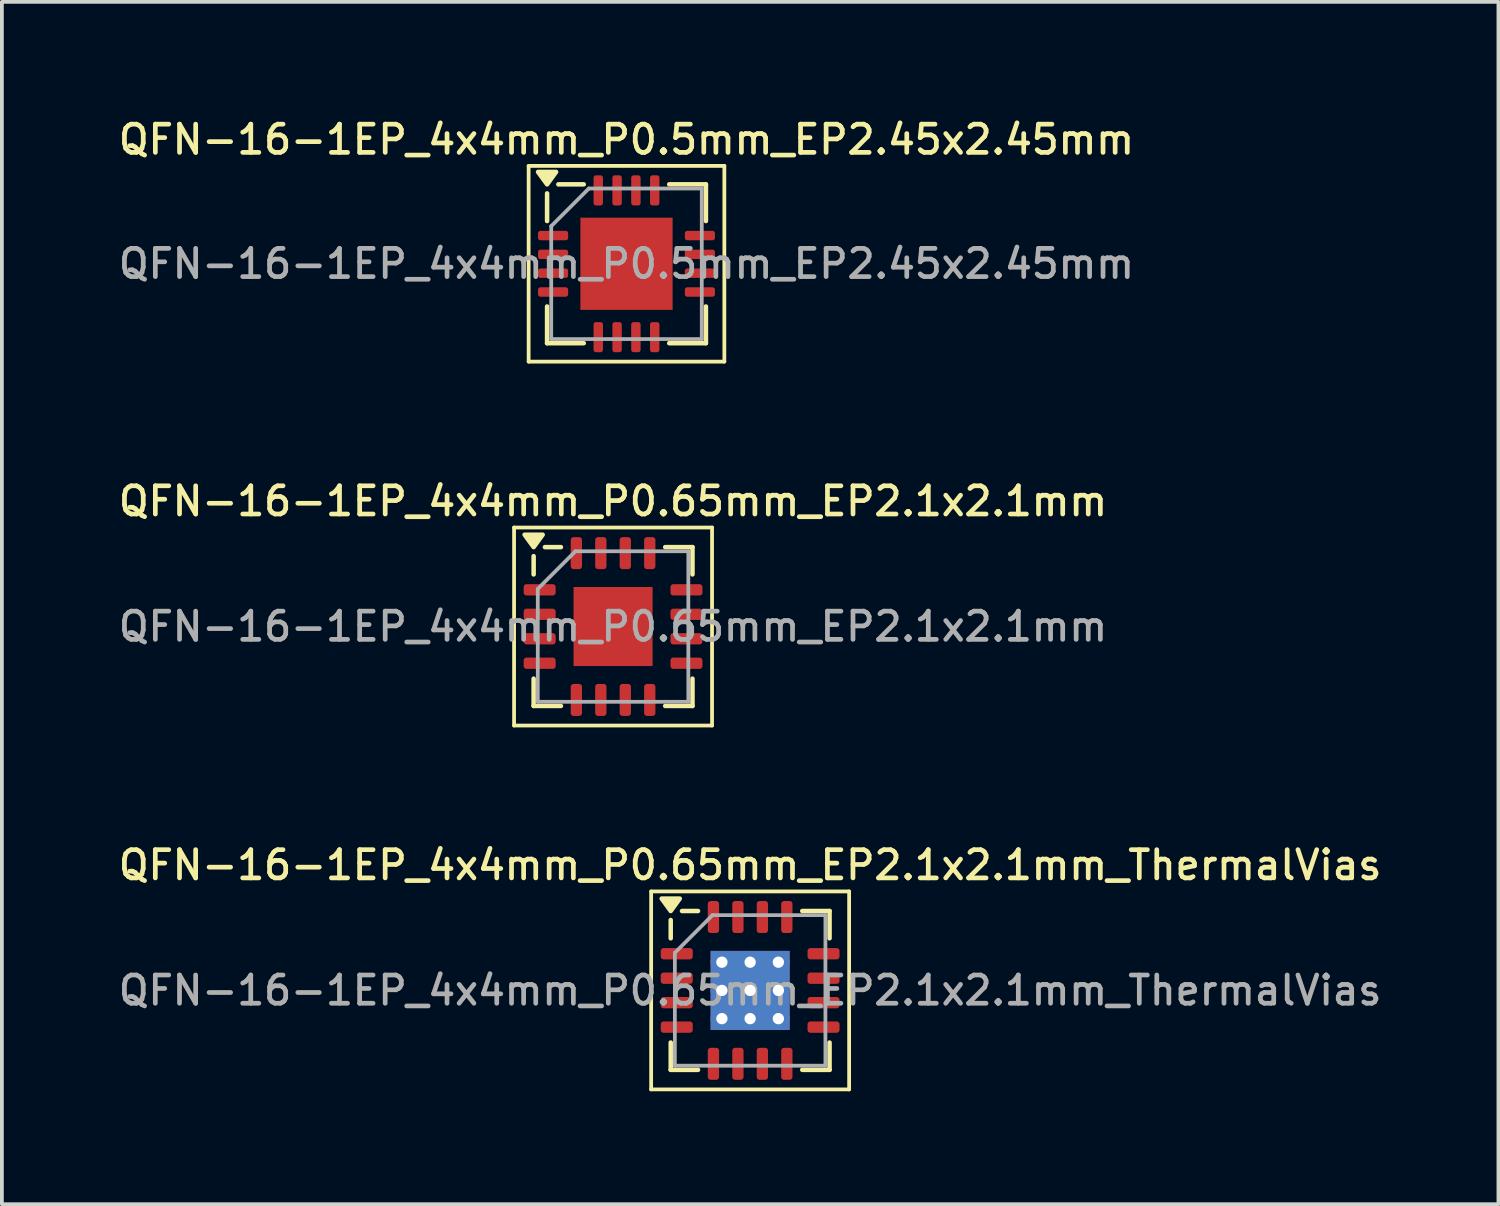
<source format=kicad_pcb>
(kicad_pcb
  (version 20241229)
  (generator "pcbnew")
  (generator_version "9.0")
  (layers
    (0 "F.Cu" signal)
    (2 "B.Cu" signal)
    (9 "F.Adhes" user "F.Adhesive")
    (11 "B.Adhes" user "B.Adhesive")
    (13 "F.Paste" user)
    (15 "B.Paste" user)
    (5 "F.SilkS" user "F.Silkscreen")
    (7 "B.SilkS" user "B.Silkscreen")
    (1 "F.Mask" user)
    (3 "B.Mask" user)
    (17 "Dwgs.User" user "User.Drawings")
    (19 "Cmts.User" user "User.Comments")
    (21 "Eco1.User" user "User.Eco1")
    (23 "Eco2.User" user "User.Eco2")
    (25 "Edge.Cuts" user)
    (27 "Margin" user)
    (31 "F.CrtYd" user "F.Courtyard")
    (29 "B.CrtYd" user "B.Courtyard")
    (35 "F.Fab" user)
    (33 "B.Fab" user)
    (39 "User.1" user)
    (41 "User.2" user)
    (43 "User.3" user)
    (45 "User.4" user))
  (footprint "QFN-16-1EP_4x4mm_P0.5mm_EP2.45x2.45mm"
    (layer "F.Cu")
    (at 13.595 3.958)
    (property "Reference" "QFN-16-1EP_4x4mm_P0.5mm_EP2.45x2.45mm" (at 0 -3.3 0) (layer "F.SilkS") (effects (font (size 0.75 0.75) (thickness 0.125))))
    (attr smd)
    (fp_line (start -2.6 -2.6) (end -2.6 2.6) (stroke (width 0.1) (type solid)) (layer "F.SilkS"))
    (fp_line (start -2.6 2.6) (end 2.6 2.6) (stroke (width 0.1) (type solid)) (layer "F.SilkS"))
    (fp_line (start -2.11 -1.135) (end -2.11 -1.87) (stroke (width 0.12) (type solid)) (layer "F.SilkS"))
    (fp_line (start -2.11 2.11) (end -2.11 1.135) (stroke (width 0.12) (type solid)) (layer "F.SilkS"))
    (fp_line (start -1.135 -2.11) (end -1.81 -2.11) (stroke (width 0.12) (type solid)) (layer "F.SilkS"))
    (fp_line (start -1.135 2.11) (end -2.11 2.11) (stroke (width 0.12) (type solid)) (layer "F.SilkS"))
    (fp_line (start 1.135 -2.11) (end 2.11 -2.11) (stroke (width 0.12) (type solid)) (layer "F.SilkS"))
    (fp_line (start 1.135 2.11) (end 2.11 2.11) (stroke (width 0.12) (type solid)) (layer "F.SilkS"))
    (fp_line (start 2.11 -2.11) (end 2.11 -1.135) (stroke (width 0.12) (type solid)) (layer "F.SilkS"))
    (fp_line (start 2.11 2.11) (end 2.11 1.135) (stroke (width 0.12) (type solid)) (layer "F.SilkS"))
    (fp_line (start 2.6 -2.6) (end -2.6 -2.6) (stroke (width 0.1) (type solid)) (layer "F.SilkS"))
    (fp_line (start 2.6 2.6) (end 2.6 -2.6) (stroke (width 0.1) (type solid)) (layer "F.SilkS"))
    (fp_poly (pts (xy -2.11 -2.11) (xy -2.35 -2.44) (xy -1.87 -2.44) (xy -2.11 -2.11)) (stroke (width 0.12) (type solid)) (fill yes) (layer "F.SilkS"))
    (fp_line (start -2 -1) (end -1 -2) (stroke (width 0.1) (type solid)) (layer "F.Fab"))
    (fp_line (start -2 2) (end -2 -1) (stroke (width 0.1) (type solid)) (layer "F.Fab"))
    (fp_line (start -1 -2) (end 2 -2) (stroke (width 0.1) (type solid)) (layer "F.Fab"))
    (fp_line (start 2 -2) (end 2 2) (stroke (width 0.1) (type solid)) (layer "F.Fab"))
    (fp_line (start 2 2) (end -2 2) (stroke (width 0.1) (type solid)) (layer "F.Fab"))
    (fp_text user "${REFERENCE}" (at 0 0 0) (layer "F.Fab") (effects (font (size 0.75 0.75) (thickness 0.125))))
    (pad "" smd roundrect (at -0.61 -0.61) (size 0.99 0.99) (layers "F.Paste") (roundrect_rratio 0.25))
    (pad "" smd roundrect (at -0.61 0.61) (size 0.99 0.99) (layers "F.Paste") (roundrect_rratio 0.25))
    (pad "" smd roundrect (at 0.61 -0.61) (size 0.99 0.99) (layers "F.Paste") (roundrect_rratio 0.25))
    (pad "" smd roundrect (at 0.61 0.61) (size 0.99 0.99) (layers "F.Paste") (roundrect_rratio 0.25))
    (pad "1" smd roundrect (at -1.95 -0.75) (size 0.8 0.25) (layers "F.Cu" "F.Mask" "F.Paste") (roundrect_rratio 0.25))
    (pad "2" smd roundrect (at -1.95 -0.25) (size 0.8 0.25) (layers "F.Cu" "F.Mask" "F.Paste") (roundrect_rratio 0.25))
    (pad "3" smd roundrect (at -1.95 0.25) (size 0.8 0.25) (layers "F.Cu" "F.Mask" "F.Paste") (roundrect_rratio 0.25))
    (pad "4" smd roundrect (at -1.95 0.75) (size 0.8 0.25) (layers "F.Cu" "F.Mask" "F.Paste") (roundrect_rratio 0.25))
    (pad "5" smd roundrect (at -0.75 1.95) (size 0.25 0.8) (layers "F.Cu" "F.Mask" "F.Paste") (roundrect_rratio 0.25))
    (pad "6" smd roundrect (at -0.25 1.95) (size 0.25 0.8) (layers "F.Cu" "F.Mask" "F.Paste") (roundrect_rratio 0.25))
    (pad "7" smd roundrect (at 0.25 1.95) (size 0.25 0.8) (layers "F.Cu" "F.Mask" "F.Paste") (roundrect_rratio 0.25))
    (pad "8" smd roundrect (at 0.75 1.95) (size 0.25 0.8) (layers "F.Cu" "F.Mask" "F.Paste") (roundrect_rratio 0.25))
    (pad "9" smd roundrect (at 1.95 0.75) (size 0.8 0.25) (layers "F.Cu" "F.Mask" "F.Paste") (roundrect_rratio 0.25))
    (pad "10" smd roundrect (at 1.95 0.25) (size 0.8 0.25) (layers "F.Cu" "F.Mask" "F.Paste") (roundrect_rratio 0.25))
    (pad "11" smd roundrect (at 1.95 -0.25) (size 0.8 0.25) (layers "F.Cu" "F.Mask" "F.Paste") (roundrect_rratio 0.25))
    (pad "12" smd roundrect (at 1.95 -0.75) (size 0.8 0.25) (layers "F.Cu" "F.Mask" "F.Paste") (roundrect_rratio 0.25))
    (pad "13" smd roundrect (at 0.75 -1.95) (size 0.25 0.8) (layers "F.Cu" "F.Mask" "F.Paste") (roundrect_rratio 0.25))
    (pad "14" smd roundrect (at 0.25 -1.95) (size 0.25 0.8) (layers "F.Cu" "F.Mask" "F.Paste") (roundrect_rratio 0.25))
    (pad "15" smd roundrect (at -0.25 -1.95) (size 0.25 0.8) (layers "F.Cu" "F.Mask" "F.Paste") (roundrect_rratio 0.25))
    (pad "16" smd roundrect (at -0.75 -1.95) (size 0.25 0.8) (layers "F.Cu" "F.Mask" "F.Paste") (roundrect_rratio 0.25))
    (pad "17" smd rect (at 0 0) (size 2.45 2.45) (property pad_prop_heatsink) (layers "F.Cu" "F.Mask")))
  (footprint "QFN-16-1EP_4x4mm_P0.65mm_EP2.1x2.1mm"
    (layer "F.Cu")
    (at 13.238 13.596)
    (property "Reference" "QFN-16-1EP_4x4mm_P0.65mm_EP2.1x2.1mm" (at 0 -3.33 0) (layer "F.SilkS") (effects (font (size 0.75 0.75) (thickness 0.125))))
    (attr smd)
    (fp_line (start -2.63 -2.63) (end -2.63 2.63) (stroke (width 0.1) (type solid)) (layer "F.SilkS"))
    (fp_line (start -2.63 2.63) (end 2.63 2.63) (stroke (width 0.1) (type solid)) (layer "F.SilkS"))
    (fp_line (start -2.11 -1.385) (end -2.11 -1.87) (stroke (width 0.12) (type solid)) (layer "F.SilkS"))
    (fp_line (start -2.11 2.11) (end -2.11 1.385) (stroke (width 0.12) (type solid)) (layer "F.SilkS"))
    (fp_line (start -1.385 -2.11) (end -1.81 -2.11) (stroke (width 0.12) (type solid)) (layer "F.SilkS"))
    (fp_line (start -1.385 2.11) (end -2.11 2.11) (stroke (width 0.12) (type solid)) (layer "F.SilkS"))
    (fp_line (start 1.385 -2.11) (end 2.11 -2.11) (stroke (width 0.12) (type solid)) (layer "F.SilkS"))
    (fp_line (start 1.385 2.11) (end 2.11 2.11) (stroke (width 0.12) (type solid)) (layer "F.SilkS"))
    (fp_line (start 2.11 -2.11) (end 2.11 -1.385) (stroke (width 0.12) (type solid)) (layer "F.SilkS"))
    (fp_line (start 2.11 2.11) (end 2.11 1.385) (stroke (width 0.12) (type solid)) (layer "F.SilkS"))
    (fp_line (start 2.63 -2.63) (end -2.63 -2.63) (stroke (width 0.1) (type solid)) (layer "F.SilkS"))
    (fp_line (start 2.63 2.63) (end 2.63 -2.63) (stroke (width 0.1) (type solid)) (layer "F.SilkS"))
    (fp_poly (pts (xy -2.11 -2.11) (xy -2.35 -2.44) (xy -1.87 -2.44) (xy -2.11 -2.11)) (stroke (width 0.12) (type solid)) (fill yes) (layer "F.SilkS"))
    (fp_line (start -2 -1) (end -1 -2) (stroke (width 0.1) (type solid)) (layer "F.Fab"))
    (fp_line (start -2 2) (end -2 -1) (stroke (width 0.1) (type solid)) (layer "F.Fab"))
    (fp_line (start -1 -2) (end 2 -2) (stroke (width 0.1) (type solid)) (layer "F.Fab"))
    (fp_line (start 2 -2) (end 2 2) (stroke (width 0.1) (type solid)) (layer "F.Fab"))
    (fp_line (start 2 2) (end -2 2) (stroke (width 0.1) (type solid)) (layer "F.Fab"))
    (fp_text user "${REFERENCE}" (at 0 0 0) (layer "F.Fab") (effects (font (size 0.75 0.75) (thickness 0.125))))
    (pad "" smd roundrect (at -0.525 -0.525) (size 0.85 0.85) (layers "F.Paste") (roundrect_rratio 0.25))
    (pad "" smd roundrect (at -0.525 0.525) (size 0.85 0.85) (layers "F.Paste") (roundrect_rratio 0.25))
    (pad "" smd roundrect (at 0.525 -0.525) (size 0.85 0.85) (layers "F.Paste") (roundrect_rratio 0.25))
    (pad "" smd roundrect (at 0.525 0.525) (size 0.85 0.85) (layers "F.Paste") (roundrect_rratio 0.25))
    (pad "1" smd roundrect (at -1.95 -0.975) (size 0.85 0.3) (layers "F.Cu" "F.Mask" "F.Paste") (roundrect_rratio 0.25))
    (pad "2" smd roundrect (at -1.95 -0.325) (size 0.85 0.3) (layers "F.Cu" "F.Mask" "F.Paste") (roundrect_rratio 0.25))
    (pad "3" smd roundrect (at -1.95 0.325) (size 0.85 0.3) (layers "F.Cu" "F.Mask" "F.Paste") (roundrect_rratio 0.25))
    (pad "4" smd roundrect (at -1.95 0.975) (size 0.85 0.3) (layers "F.Cu" "F.Mask" "F.Paste") (roundrect_rratio 0.25))
    (pad "5" smd roundrect (at -0.975 1.95) (size 0.3 0.85) (layers "F.Cu" "F.Mask" "F.Paste") (roundrect_rratio 0.25))
    (pad "6" smd roundrect (at -0.325 1.95) (size 0.3 0.85) (layers "F.Cu" "F.Mask" "F.Paste") (roundrect_rratio 0.25))
    (pad "7" smd roundrect (at 0.325 1.95) (size 0.3 0.85) (layers "F.Cu" "F.Mask" "F.Paste") (roundrect_rratio 0.25))
    (pad "8" smd roundrect (at 0.975 1.95) (size 0.3 0.85) (layers "F.Cu" "F.Mask" "F.Paste") (roundrect_rratio 0.25))
    (pad "9" smd roundrect (at 1.95 0.975) (size 0.85 0.3) (layers "F.Cu" "F.Mask" "F.Paste") (roundrect_rratio 0.25))
    (pad "10" smd roundrect (at 1.95 0.325) (size 0.85 0.3) (layers "F.Cu" "F.Mask" "F.Paste") (roundrect_rratio 0.25))
    (pad "11" smd roundrect (at 1.95 -0.325) (size 0.85 0.3) (layers "F.Cu" "F.Mask" "F.Paste") (roundrect_rratio 0.25))
    (pad "12" smd roundrect (at 1.95 -0.975) (size 0.85 0.3) (layers "F.Cu" "F.Mask" "F.Paste") (roundrect_rratio 0.25))
    (pad "13" smd roundrect (at 0.975 -1.95) (size 0.3 0.85) (layers "F.Cu" "F.Mask" "F.Paste") (roundrect_rratio 0.25))
    (pad "14" smd roundrect (at 0.325 -1.95) (size 0.3 0.85) (layers "F.Cu" "F.Mask" "F.Paste") (roundrect_rratio 0.25))
    (pad "15" smd roundrect (at -0.325 -1.95) (size 0.3 0.85) (layers "F.Cu" "F.Mask" "F.Paste") (roundrect_rratio 0.25))
    (pad "16" smd roundrect (at -0.975 -1.95) (size 0.3 0.85) (layers "F.Cu" "F.Mask" "F.Paste") (roundrect_rratio 0.25))
    (pad "17" smd rect (at 0 0) (size 2.1 2.1) (property pad_prop_heatsink) (layers "F.Cu" "F.Mask")))
  (footprint "QFN-16-1EP_4x4mm_P0.65mm_EP2.1x2.1mm_ThermalVias"
    (layer "F.Cu")
    (at 16.88 23.264)
    (property "Reference" "QFN-16-1EP_4x4mm_P0.65mm_EP2.1x2.1mm_ThermalVias" (at 0 -3.33 0) (layer "F.SilkS") (effects (font (size 0.75 0.75) (thickness 0.125))))
    (attr smd)
    (fp_line (start -2.63 -2.63) (end -2.63 2.63) (stroke (width 0.1) (type solid)) (layer "F.SilkS"))
    (fp_line (start -2.63 2.63) (end 2.63 2.63) (stroke (width 0.1) (type solid)) (layer "F.SilkS"))
    (fp_line (start -2.11 -1.385) (end -2.11 -1.87) (stroke (width 0.12) (type solid)) (layer "F.SilkS"))
    (fp_line (start -2.11 2.11) (end -2.11 1.385) (stroke (width 0.12) (type solid)) (layer "F.SilkS"))
    (fp_line (start -1.385 -2.11) (end -1.81 -2.11) (stroke (width 0.12) (type solid)) (layer "F.SilkS"))
    (fp_line (start -1.385 2.11) (end -2.11 2.11) (stroke (width 0.12) (type solid)) (layer "F.SilkS"))
    (fp_line (start 1.385 -2.11) (end 2.11 -2.11) (stroke (width 0.12) (type solid)) (layer "F.SilkS"))
    (fp_line (start 1.385 2.11) (end 2.11 2.11) (stroke (width 0.12) (type solid)) (layer "F.SilkS"))
    (fp_line (start 2.11 -2.11) (end 2.11 -1.385) (stroke (width 0.12) (type solid)) (layer "F.SilkS"))
    (fp_line (start 2.11 2.11) (end 2.11 1.385) (stroke (width 0.12) (type solid)) (layer "F.SilkS"))
    (fp_line (start 2.63 -2.63) (end -2.63 -2.63) (stroke (width 0.1) (type solid)) (layer "F.SilkS"))
    (fp_line (start 2.63 2.63) (end 2.63 -2.63) (stroke (width 0.1) (type solid)) (layer "F.SilkS"))
    (fp_poly (pts (xy -2.11 -2.11) (xy -2.35 -2.44) (xy -1.87 -2.44) (xy -2.11 -2.11)) (stroke (width 0.12) (type solid)) (fill yes) (layer "F.SilkS"))
    (fp_line (start -2 -1) (end -1 -2) (stroke (width 0.1) (type solid)) (layer "F.Fab"))
    (fp_line (start -2 2) (end -2 -1) (stroke (width 0.1) (type solid)) (layer "F.Fab"))
    (fp_line (start -1 -2) (end 2 -2) (stroke (width 0.1) (type solid)) (layer "F.Fab"))
    (fp_line (start 2 -2) (end 2 2) (stroke (width 0.1) (type solid)) (layer "F.Fab"))
    (fp_line (start 2 2) (end -2 2) (stroke (width 0.1) (type solid)) (layer "F.Fab"))
    (fp_text user "${REFERENCE}" (at 0 0 0) (layer "F.Fab") (effects (font (size 0.75 0.75) (thickness 0.125))))
    (pad "" smd roundrect (at -0.525 -0.525) (size 0.91 0.91) (layers "F.Paste") (roundrect_rratio 0.25))
    (pad "" smd roundrect (at -0.525 0.525) (size 0.91 0.91) (layers "F.Paste") (roundrect_rratio 0.25))
    (pad "" smd roundrect (at 0.525 -0.525) (size 0.91 0.91) (layers "F.Paste") (roundrect_rratio 0.25))
    (pad "" smd roundrect (at 0.525 0.525) (size 0.91 0.91) (layers "F.Paste") (roundrect_rratio 0.25))
    (pad "1" smd roundrect (at -1.95 -0.975) (size 0.85 0.3) (layers "F.Cu" "F.Mask" "F.Paste") (roundrect_rratio 0.25))
    (pad "2" smd roundrect (at -1.95 -0.325) (size 0.85 0.3) (layers "F.Cu" "F.Mask" "F.Paste") (roundrect_rratio 0.25))
    (pad "3" smd roundrect (at -1.95 0.325) (size 0.85 0.3) (layers "F.Cu" "F.Mask" "F.Paste") (roundrect_rratio 0.25))
    (pad "4" smd roundrect (at -1.95 0.975) (size 0.85 0.3) (layers "F.Cu" "F.Mask" "F.Paste") (roundrect_rratio 0.25))
    (pad "5" smd roundrect (at -0.975 1.95) (size 0.3 0.85) (layers "F.Cu" "F.Mask" "F.Paste") (roundrect_rratio 0.25))
    (pad "6" smd roundrect (at -0.325 1.95) (size 0.3 0.85) (layers "F.Cu" "F.Mask" "F.Paste") (roundrect_rratio 0.25))
    (pad "7" smd roundrect (at 0.325 1.95) (size 0.3 0.85) (layers "F.Cu" "F.Mask" "F.Paste") (roundrect_rratio 0.25))
    (pad "8" smd roundrect (at 0.975 1.95) (size 0.3 0.85) (layers "F.Cu" "F.Mask" "F.Paste") (roundrect_rratio 0.25))
    (pad "9" smd roundrect (at 1.95 0.975) (size 0.85 0.3) (layers "F.Cu" "F.Mask" "F.Paste") (roundrect_rratio 0.25))
    (pad "10" smd roundrect (at 1.95 0.325) (size 0.85 0.3) (layers "F.Cu" "F.Mask" "F.Paste") (roundrect_rratio 0.25))
    (pad "11" smd roundrect (at 1.95 -0.325) (size 0.85 0.3) (layers "F.Cu" "F.Mask" "F.Paste") (roundrect_rratio 0.25))
    (pad "12" smd roundrect (at 1.95 -0.975) (size 0.85 0.3) (layers "F.Cu" "F.Mask" "F.Paste") (roundrect_rratio 0.25))
    (pad "13" smd roundrect (at 0.975 -1.95) (size 0.3 0.85) (layers "F.Cu" "F.Mask" "F.Paste") (roundrect_rratio 0.25))
    (pad "14" smd roundrect (at 0.325 -1.95) (size 0.3 0.85) (layers "F.Cu" "F.Mask" "F.Paste") (roundrect_rratio 0.25))
    (pad "15" smd roundrect (at -0.325 -1.95) (size 0.3 0.85) (layers "F.Cu" "F.Mask" "F.Paste") (roundrect_rratio 0.25))
    (pad "16" smd roundrect (at -0.975 -1.95) (size 0.3 0.85) (layers "F.Cu" "F.Mask" "F.Paste") (roundrect_rratio 0.25))
    (pad "17" thru_hole circle (at -0.75 -0.75) (size 0.6 0.6) (drill 0.3) (property pad_prop_heatsink) (layers "*.Cu"))
    (pad "17" thru_hole circle (at -0.75 0) (size 0.6 0.6) (drill 0.3) (property pad_prop_heatsink) (layers "*.Cu"))
    (pad "17" thru_hole circle (at -0.75 0.75) (size 0.6 0.6) (drill 0.3) (property pad_prop_heatsink) (layers "*.Cu"))
    (pad "17" thru_hole circle (at 0 -0.75) (size 0.6 0.6) (drill 0.3) (property pad_prop_heatsink) (layers "*.Cu"))
    (pad "17" thru_hole circle (at 0 0) (size 0.6 0.6) (drill 0.3) (property pad_prop_heatsink) (layers "*.Cu"))
    (pad "17" smd rect (at 0 0) (size 2.1 2.1) (property pad_prop_heatsink) (layers "F.Cu" "F.Mask"))
    (pad "17" smd rect (at 0 0) (size 2.1 2.1) (property pad_prop_heatsink) (layers "B.Cu"))
    (pad "17" thru_hole circle (at 0 0.75) (size 0.6 0.6) (drill 0.3) (property pad_prop_heatsink) (layers "*.Cu"))
    (pad "17" thru_hole circle (at 0.75 -0.75) (size 0.6 0.6) (drill 0.3) (property pad_prop_heatsink) (layers "*.Cu"))
    (pad "17" thru_hole circle (at 0.75 0) (size 0.6 0.6) (drill 0.3) (property pad_prop_heatsink) (layers "*.Cu"))
    (pad "17" thru_hole circle (at 0.75 0.75) (size 0.6 0.6) (drill 0.3) (property pad_prop_heatsink) (layers "*.Cu")))
  (gr_rect
    (start -3 -3)
    (end 36.761 28.944)
    (stroke (width 0.1) (type default))
    (fill no)
    (layer "Edge.Cuts")))
</source>
